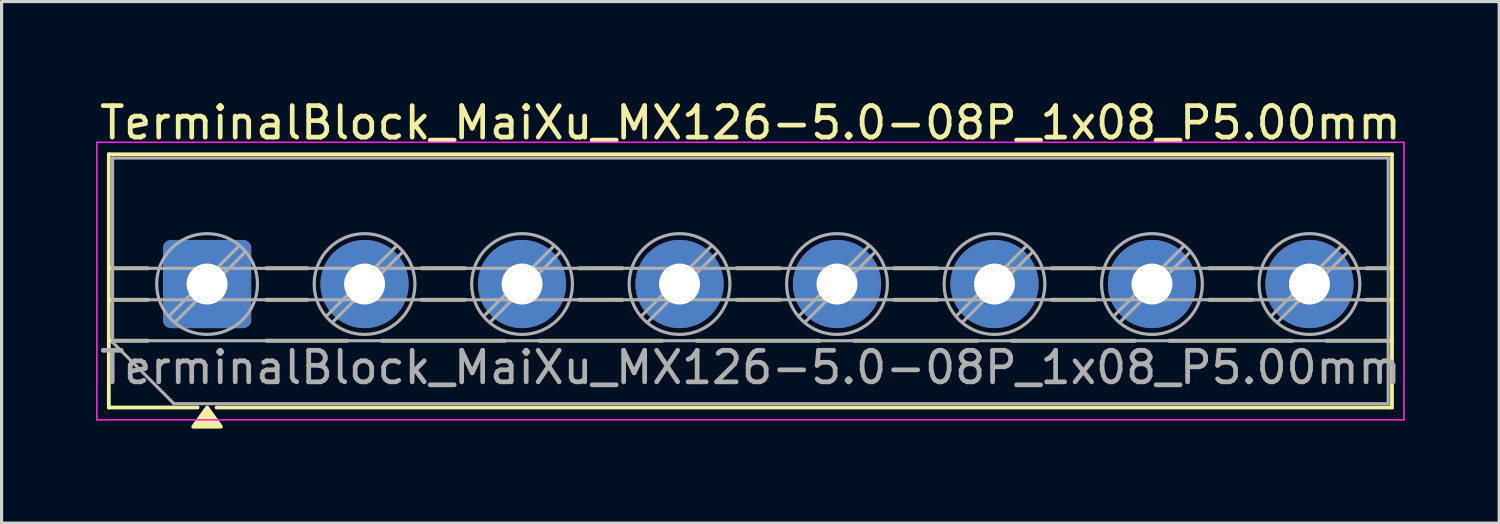
<source format=kicad_pcb>
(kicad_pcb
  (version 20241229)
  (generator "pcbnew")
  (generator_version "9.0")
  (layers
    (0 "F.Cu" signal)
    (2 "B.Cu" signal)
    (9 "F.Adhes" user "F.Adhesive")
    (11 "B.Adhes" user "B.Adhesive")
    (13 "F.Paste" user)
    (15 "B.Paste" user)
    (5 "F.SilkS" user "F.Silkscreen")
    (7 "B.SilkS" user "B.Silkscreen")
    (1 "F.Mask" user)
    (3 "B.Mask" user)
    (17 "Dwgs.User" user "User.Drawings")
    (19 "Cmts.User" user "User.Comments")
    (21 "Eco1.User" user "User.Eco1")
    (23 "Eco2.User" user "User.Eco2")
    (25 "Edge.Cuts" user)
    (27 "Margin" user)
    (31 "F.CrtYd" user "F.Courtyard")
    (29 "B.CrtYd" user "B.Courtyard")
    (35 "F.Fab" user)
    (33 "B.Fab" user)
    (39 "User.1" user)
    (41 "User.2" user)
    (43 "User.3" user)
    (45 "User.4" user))
  (footprint "TerminalBlock_MaiXu_MX126-5.0-08P_1x08_P5.00mm"
    (layer "F.Cu")
    (at 3.525 5.968)
    (property "Reference" "TerminalBlock_MaiXu_MX126-5.0-08P_1x08_P5.00mm" (at 17.25 -5.12 0) (layer "F.SilkS") (effects (font (size 1 1) (thickness 0.15))))
    (attr through_hole)
    (fp_line (start -3.12 -4.12) (end -3.12 3.92) (stroke (width 0.12) (type solid)) (layer "F.SilkS"))
    (fp_line (start -3.12 -4.12) (end 37.62 -4.12) (stroke (width 0.12) (type solid)) (layer "F.SilkS"))
    (fp_line (start -3.12 -0.5) (end -1.88 -0.5) (stroke (width 0.12) (type solid)) (layer "F.SilkS"))
    (fp_line (start -3.12 0.5) (end -1.88 0.5) (stroke (width 0.12) (type solid)) (layer "F.SilkS"))
    (fp_line (start -3.12 1.8) (end -1.88 1.8) (stroke (width 0.12) (type solid)) (layer "F.SilkS"))
    (fp_line (start -3.12 3.92) (end -0.3 3.92) (stroke (width 0.12) (type solid)) (layer "F.SilkS"))
    (fp_line (start 0.3 3.92) (end 37.62 3.92) (stroke (width 0.12) (type solid)) (layer "F.SilkS"))
    (fp_line (start 1.88 -0.5) (end 3.188 -0.5) (stroke (width 0.12) (type solid)) (layer "F.SilkS"))
    (fp_line (start 1.88 0.5) (end 3.188 0.5) (stroke (width 0.12) (type solid)) (layer "F.SilkS"))
    (fp_line (start 1.88 1.8) (end 4.457 1.8) (stroke (width 0.12) (type solid)) (layer "F.SilkS"))
    (fp_line (start 5.543 1.8) (end 9.457 1.8) (stroke (width 0.12) (type solid)) (layer "F.SilkS"))
    (fp_line (start 6.812 -0.5) (end 8.188 -0.5) (stroke (width 0.12) (type solid)) (layer "F.SilkS"))
    (fp_line (start 6.812 0.5) (end 8.188 0.5) (stroke (width 0.12) (type solid)) (layer "F.SilkS"))
    (fp_line (start 10.543 1.8) (end 14.457 1.8) (stroke (width 0.12) (type solid)) (layer "F.SilkS"))
    (fp_line (start 11.812 -0.5) (end 13.188 -0.5) (stroke (width 0.12) (type solid)) (layer "F.SilkS"))
    (fp_line (start 11.812 0.5) (end 13.188 0.5) (stroke (width 0.12) (type solid)) (layer "F.SilkS"))
    (fp_line (start 15.543 1.8) (end 19.457 1.8) (stroke (width 0.12) (type solid)) (layer "F.SilkS"))
    (fp_line (start 16.812 -0.5) (end 18.188 -0.5) (stroke (width 0.12) (type solid)) (layer "F.SilkS"))
    (fp_line (start 16.812 0.5) (end 18.188 0.5) (stroke (width 0.12) (type solid)) (layer "F.SilkS"))
    (fp_line (start 20.543 1.8) (end 24.457 1.8) (stroke (width 0.12) (type solid)) (layer "F.SilkS"))
    (fp_line (start 21.812 -0.5) (end 23.188 -0.5) (stroke (width 0.12) (type solid)) (layer "F.SilkS"))
    (fp_line (start 21.812 0.5) (end 23.188 0.5) (stroke (width 0.12) (type solid)) (layer "F.SilkS"))
    (fp_line (start 25.543 1.8) (end 29.457 1.8) (stroke (width 0.12) (type solid)) (layer "F.SilkS"))
    (fp_line (start 26.812 -0.5) (end 28.188 -0.5) (stroke (width 0.12) (type solid)) (layer "F.SilkS"))
    (fp_line (start 26.812 0.5) (end 28.188 0.5) (stroke (width 0.12) (type solid)) (layer "F.SilkS"))
    (fp_line (start 30.543 1.8) (end 34.457 1.8) (stroke (width 0.12) (type solid)) (layer "F.SilkS"))
    (fp_line (start 31.812 -0.5) (end 33.188 -0.5) (stroke (width 0.12) (type solid)) (layer "F.SilkS"))
    (fp_line (start 31.812 0.5) (end 33.188 0.5) (stroke (width 0.12) (type solid)) (layer "F.SilkS"))
    (fp_line (start 35.543 1.8) (end 37.62 1.8) (stroke (width 0.12) (type solid)) (layer "F.SilkS"))
    (fp_line (start 36.812 -0.5) (end 37.62 -0.5) (stroke (width 0.12) (type solid)) (layer "F.SilkS"))
    (fp_line (start 36.812 0.5) (end 37.62 0.5) (stroke (width 0.12) (type solid)) (layer "F.SilkS"))
    (fp_line (start 37.62 -4.12) (end 37.62 3.92) (stroke (width 0.12) (type solid)) (layer "F.SilkS"))
    (fp_poly (pts (xy 0 3.92) (xy 0.44 4.53) (xy -0.44 4.53)) (stroke (width 0.12) (type solid)) (fill yes) (layer "F.SilkS"))
    (fp_line (start -3.5 -4.5) (end -3.5 4.31) (stroke (width 0.05) (type solid)) (layer "F.CrtYd"))
    (fp_line (start -3.5 4.31) (end 38 4.31) (stroke (width 0.05) (type solid)) (layer "F.CrtYd"))
    (fp_line (start 38 -4.5) (end -3.5 -4.5) (stroke (width 0.05) (type solid)) (layer "F.CrtYd"))
    (fp_line (start 38 4.31) (end 38 -4.5) (stroke (width 0.05) (type solid)) (layer "F.CrtYd"))
    (fp_line (start -3 -4) (end 37.5 -4) (stroke (width 0.1) (type solid)) (layer "F.Fab"))
    (fp_line (start -3 -0.5) (end 37.5 -0.5) (stroke (width 0.1) (type solid)) (layer "F.Fab"))
    (fp_line (start -3 0.5) (end 37.5 0.5) (stroke (width 0.1) (type solid)) (layer "F.Fab"))
    (fp_line (start -3 1.8) (end 37.5 1.8) (stroke (width 0.1) (type solid)) (layer "F.Fab"))
    (fp_line (start -3 1.85) (end -3 -4) (stroke (width 0.1) (type solid)) (layer "F.Fab"))
    (fp_line (start -1.05 3.8) (end -3 1.85) (stroke (width 0.1) (type solid)) (layer "F.Fab"))
    (fp_line (start 1.018 -1.213) (end -1.213 1.018) (stroke (width 0.1) (type solid)) (layer "F.Fab"))
    (fp_line (start 1.213 -1.018) (end -1.018 1.213) (stroke (width 0.1) (type solid)) (layer "F.Fab"))
    (fp_line (start 6.018 -1.213) (end 3.787 1.018) (stroke (width 0.1) (type solid)) (layer "F.Fab"))
    (fp_line (start 6.213 -1.018) (end 3.982 1.213) (stroke (width 0.1) (type solid)) (layer "F.Fab"))
    (fp_line (start 11.018 -1.213) (end 8.787 1.018) (stroke (width 0.1) (type solid)) (layer "F.Fab"))
    (fp_line (start 11.213 -1.018) (end 8.982 1.213) (stroke (width 0.1) (type solid)) (layer "F.Fab"))
    (fp_line (start 16.018 -1.213) (end 13.787 1.018) (stroke (width 0.1) (type solid)) (layer "F.Fab"))
    (fp_line (start 16.213 -1.018) (end 13.982 1.213) (stroke (width 0.1) (type solid)) (layer "F.Fab"))
    (fp_line (start 21.018 -1.213) (end 18.787 1.018) (stroke (width 0.1) (type solid)) (layer "F.Fab"))
    (fp_line (start 21.213 -1.018) (end 18.982 1.213) (stroke (width 0.1) (type solid)) (layer "F.Fab"))
    (fp_line (start 26.018 -1.213) (end 23.787 1.018) (stroke (width 0.1) (type solid)) (layer "F.Fab"))
    (fp_line (start 26.213 -1.018) (end 23.982 1.213) (stroke (width 0.1) (type solid)) (layer "F.Fab"))
    (fp_line (start 31.018 -1.213) (end 28.787 1.018) (stroke (width 0.1) (type solid)) (layer "F.Fab"))
    (fp_line (start 31.213 -1.018) (end 28.982 1.213) (stroke (width 0.1) (type solid)) (layer "F.Fab"))
    (fp_line (start 36.018 -1.213) (end 33.787 1.018) (stroke (width 0.1) (type solid)) (layer "F.Fab"))
    (fp_line (start 36.213 -1.018) (end 33.982 1.213) (stroke (width 0.1) (type solid)) (layer "F.Fab"))
    (fp_line (start 37.5 -4) (end 37.5 3.8) (stroke (width 0.1) (type solid)) (layer "F.Fab"))
    (fp_line (start 37.5 3.8) (end -1.05 3.8) (stroke (width 0.1) (type solid)) (layer "F.Fab"))
    (fp_circle (center 0 0) (end 1.6 0) (stroke (width 0.1) (type solid)) (fill no) (layer "F.Fab"))
    (fp_circle (center 5 0) (end 6.6 0) (stroke (width 0.1) (type solid)) (fill no) (layer "F.Fab"))
    (fp_circle (center 10 0) (end 11.6 0) (stroke (width 0.1) (type solid)) (fill no) (layer "F.Fab"))
    (fp_circle (center 15 0) (end 16.6 0) (stroke (width 0.1) (type solid)) (fill no) (layer "F.Fab"))
    (fp_circle (center 20 0) (end 21.6 0) (stroke (width 0.1) (type solid)) (fill no) (layer "F.Fab"))
    (fp_circle (center 25 0) (end 26.6 0) (stroke (width 0.1) (type solid)) (fill no) (layer "F.Fab"))
    (fp_circle (center 30 0) (end 31.6 0) (stroke (width 0.1) (type solid)) (fill no) (layer "F.Fab"))
    (fp_circle (center 35 0) (end 36.6 0) (stroke (width 0.1) (type solid)) (fill no) (layer "F.Fab"))
    (fp_text user "${REFERENCE}" (at 17.25 2.65 0) (layer "F.Fab") (effects (font (size 1 1) (thickness 0.15))))
    (pad "1" thru_hole roundrect (at 0 0) (size 2.8 2.8) (drill 1.3) (layers "*.Cu" "*.Mask") (roundrect_rratio 0.089))
    (pad "2" thru_hole circle (at 5 0) (size 2.8 2.8) (drill 1.3) (layers "*.Cu" "*.Mask"))
    (pad "3" thru_hole circle (at 10 0) (size 2.8 2.8) (drill 1.3) (layers "*.Cu" "*.Mask"))
    (pad "4" thru_hole circle (at 15 0) (size 2.8 2.8) (drill 1.3) (layers "*.Cu" "*.Mask"))
    (pad "5" thru_hole circle (at 20 0) (size 2.8 2.8) (drill 1.3) (layers "*.Cu" "*.Mask"))
    (pad "6" thru_hole circle (at 25 0) (size 2.8 2.8) (drill 1.3) (layers "*.Cu" "*.Mask"))
    (pad "7" thru_hole circle (at 30 0) (size 2.8 2.8) (drill 1.3) (layers "*.Cu" "*.Mask"))
    (pad "8" thru_hole circle (at 35 0) (size 2.8 2.8) (drill 1.3) (layers "*.Cu" "*.Mask")))
  (gr_rect
    (start -3 -3)
    (end 44.55 13.558)
    (stroke (width 0.1) (type default))
    (fill no)
    (layer "Edge.Cuts")))
</source>
